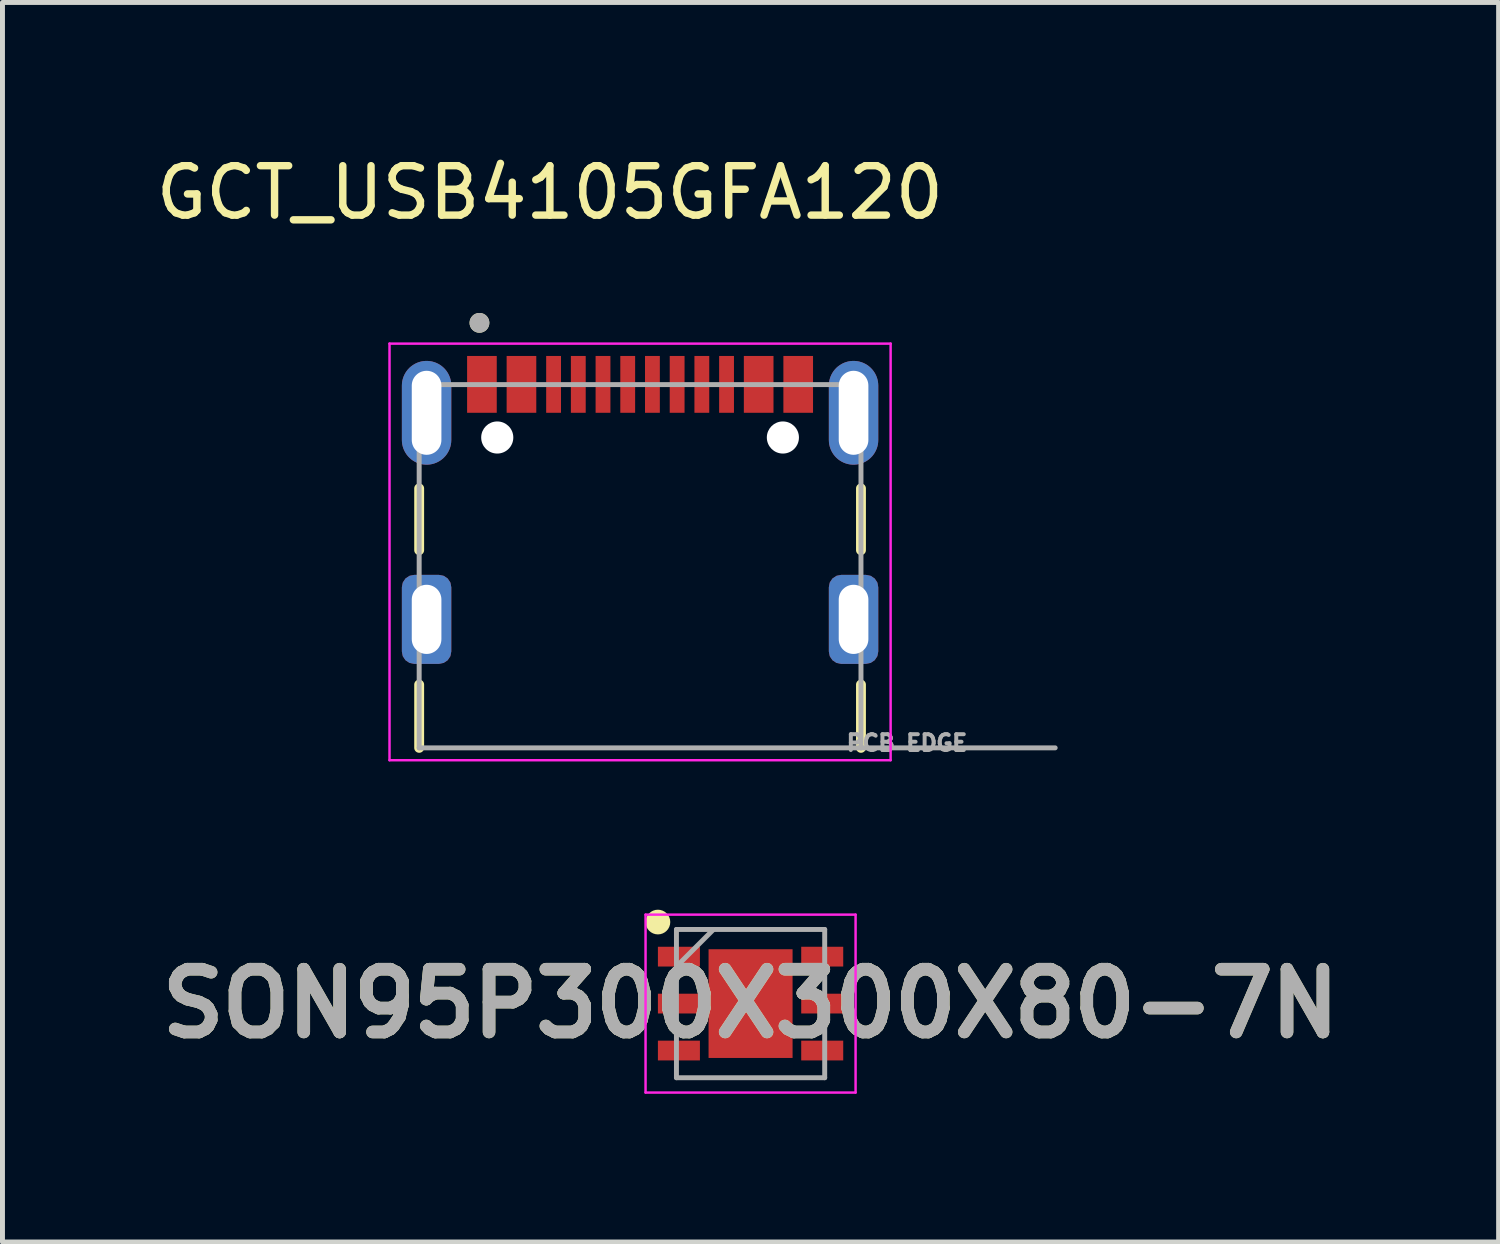
<source format=kicad_pcb>
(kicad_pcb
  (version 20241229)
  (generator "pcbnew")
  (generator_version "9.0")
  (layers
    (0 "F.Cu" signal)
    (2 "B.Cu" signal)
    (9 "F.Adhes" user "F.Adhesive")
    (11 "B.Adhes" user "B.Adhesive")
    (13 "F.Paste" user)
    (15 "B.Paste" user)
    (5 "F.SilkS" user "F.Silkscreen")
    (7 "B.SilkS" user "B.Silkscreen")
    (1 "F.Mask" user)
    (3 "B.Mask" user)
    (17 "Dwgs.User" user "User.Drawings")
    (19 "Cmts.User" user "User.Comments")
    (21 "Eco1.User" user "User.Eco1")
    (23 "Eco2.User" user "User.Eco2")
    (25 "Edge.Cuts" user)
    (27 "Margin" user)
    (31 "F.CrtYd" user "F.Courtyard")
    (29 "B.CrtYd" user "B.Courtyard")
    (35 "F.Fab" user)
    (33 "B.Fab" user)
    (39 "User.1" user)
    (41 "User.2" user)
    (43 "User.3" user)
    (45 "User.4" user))
  (footprint "GCT_USB4105GFA120"
    (layer "F.Cu")
    (at 9.902 9.483)
    (property "Reference" "GCT_USB4105GFA120" (at -1.825 -8.635 0) (layer "F.SilkS") (effects (font (size 1 1) (thickness 0.15))))
    (attr smd)
    (fp_line (start -4.47 -2.65) (end -4.47 -1.4) (stroke (width 0.2) (type solid)) (layer "F.SilkS"))
    (fp_line (start -4.47 1.32) (end -4.47 2.6) (stroke (width 0.2) (type solid)) (layer "F.SilkS"))
    (fp_line (start 4.47 -2.65) (end 4.47 -1.4) (stroke (width 0.2) (type solid)) (layer "F.SilkS"))
    (fp_line (start 4.47 2.6) (end 4.47 1.32) (stroke (width 0.2) (type solid)) (layer "F.SilkS"))
    (fp_circle (center -3.25 -6) (end -3.15 -6) (stroke (width 0.2) (type solid)) (fill no) (layer "F.SilkS"))
    (fp_line (start -5.07 -5.58) (end -5.07 2.85) (stroke (width 0.05) (type solid)) (layer "F.CrtYd"))
    (fp_line (start -5.07 2.85) (end 5.07 2.85) (stroke (width 0.05) (type solid)) (layer "F.CrtYd"))
    (fp_line (start 5.07 -5.58) (end -5.07 -5.58) (stroke (width 0.05) (type solid)) (layer "F.CrtYd"))
    (fp_line (start 5.07 2.85) (end 5.07 -5.58) (stroke (width 0.05) (type solid)) (layer "F.CrtYd"))
    (fp_line (start -4.47 -4.75) (end 4.47 -4.75) (stroke (width 0.1) (type solid)) (layer "F.Fab"))
    (fp_line (start -4.47 2.6) (end -4.47 -4.75) (stroke (width 0.1) (type solid)) (layer "F.Fab"))
    (fp_line (start 4.47 -4.75) (end 4.47 2.6) (stroke (width 0.1) (type solid)) (layer "F.Fab"))
    (fp_line (start 4.47 2.6) (end -4.47 2.6) (stroke (width 0.1) (type solid)) (layer "F.Fab"))
    (fp_line (start 4.47 2.6) (end 8.4 2.6) (stroke (width 0.1) (type solid)) (layer "F.Fab"))
    (fp_circle (center -3.25 -6) (end -3.15 -6) (stroke (width 0.2) (type solid)) (fill no) (layer "F.Fab"))
    (fp_text user "PCB EDGE" (at 5.4 2.5 0) (layer "F.Fab") (effects (font (size 0.32 0.32) (thickness 0.15))))
    (pad "" np_thru_hole circle (at -2.89 -3.68) (size 0.65 0.65) (drill 0.65) (layers "*.Cu" "*.Mask"))
    (pad "" np_thru_hole circle (at 2.89 -3.68) (size 0.65 0.65) (drill 0.65) (layers "*.Cu" "*.Mask"))
    (pad "A1_B12" smd rect (at -3.2 -4.755) (size 0.6 1.15) (layers "F.Cu" "F.Mask" "F.Paste"))
    (pad "A4_B9" smd rect (at -2.4 -4.755) (size 0.6 1.15) (layers "F.Cu" "F.Mask" "F.Paste"))
    (pad "A5" smd rect (at -1.25 -4.755) (size 0.3 1.15) (layers "F.Cu" "F.Mask" "F.Paste"))
    (pad "A6" smd rect (at -0.25 -4.755) (size 0.3 1.15) (layers "F.Cu" "F.Mask" "F.Paste"))
    (pad "A7" smd rect (at 0.25 -4.755) (size 0.3 1.15) (layers "F.Cu" "F.Mask" "F.Paste"))
    (pad "A8" smd rect (at 1.25 -4.755) (size 0.3 1.15) (layers "F.Cu" "F.Mask" "F.Paste"))
    (pad "B1_A12" smd rect (at 3.2 -4.755) (size 0.6 1.15) (layers "F.Cu" "F.Mask" "F.Paste"))
    (pad "B4_A9" smd rect (at 2.4 -4.755) (size 0.6 1.15) (layers "F.Cu" "F.Mask" "F.Paste"))
    (pad "B5" smd rect (at 1.75 -4.755) (size 0.3 1.15) (layers "F.Cu" "F.Mask" "F.Paste"))
    (pad "B6" smd rect (at 0.75 -4.755) (size 0.3 1.15) (layers "F.Cu" "F.Mask" "F.Paste"))
    (pad "B7" smd rect (at -0.75 -4.755) (size 0.3 1.15) (layers "F.Cu" "F.Mask" "F.Paste"))
    (pad "B8" smd rect (at -1.75 -4.755) (size 0.3 1.15) (layers "F.Cu" "F.Mask" "F.Paste"))
    (pad "SH1" thru_hole oval (at -4.32 -4.18) (size 1 2.1) (drill oval 0.6 1.7) (layers "*.Cu" "*.Mask"))
    (pad "SH2" thru_hole oval (at 4.32 -4.18) (size 1 2.1) (drill oval 0.6 1.7) (layers "*.Cu" "*.Mask"))
    (pad "SH3" thru_hole roundrect (at -4.32 0) (size 1 1.8) (drill oval 0.6 1.4) (layers "*.Cu" "*.Mask") (roundrect_rratio 0.25))
    (pad "SH4" thru_hole roundrect (at 4.32 0) (size 1 1.8) (drill oval 0.6 1.4) (layers "*.Cu" "*.Mask") (roundrect_rratio 0.25)))
  (footprint "SON95P300X300X80-7N"
    (layer "F.Cu")
    (at 12.138 17.258)
    (property "Reference" "SON95P300X300X80-7N" (at 0 0 0) (layer "F.SilkS") (effects (font (size 1.27 1.27) (thickness 0.254))))
    (attr smd)
    (fp_circle (center -1.875 -1.65) (end -1.875 -1.525) (stroke (width 0.25) (type solid)) (fill no) (layer "F.SilkS"))
    (fp_line (start -2.125 -1.8) (end 2.125 -1.8) (stroke (width 0.05) (type solid)) (layer "F.CrtYd"))
    (fp_line (start -2.125 1.8) (end -2.125 -1.8) (stroke (width 0.05) (type solid)) (layer "F.CrtYd"))
    (fp_line (start 2.125 -1.8) (end 2.125 1.8) (stroke (width 0.05) (type solid)) (layer "F.CrtYd"))
    (fp_line (start 2.125 1.8) (end -2.125 1.8) (stroke (width 0.05) (type solid)) (layer "F.CrtYd"))
    (fp_line (start -1.5 -1.5) (end 1.5 -1.5) (stroke (width 0.1) (type solid)) (layer "F.Fab"))
    (fp_line (start -1.5 -0.75) (end -0.75 -1.5) (stroke (width 0.1) (type solid)) (layer "F.Fab"))
    (fp_line (start -1.5 1.5) (end -1.5 -1.5) (stroke (width 0.1) (type solid)) (layer "F.Fab"))
    (fp_line (start 1.5 -1.5) (end 1.5 1.5) (stroke (width 0.1) (type solid)) (layer "F.Fab"))
    (fp_line (start 1.5 1.5) (end -1.5 1.5) (stroke (width 0.1) (type solid)) (layer "F.Fab"))
    (fp_text user "${REFERENCE}" (at 0 0 0) (layer "F.Fab") (effects (font (size 1.27 1.27) (thickness 0.254))))
    (pad "1" smd rect (at -1.45 -0.95 90) (size 0.4 0.85) (layers "F.Cu" "F.Mask" "F.Paste"))
    (pad "2" smd rect (at -1.45 0 90) (size 0.4 0.85) (layers "F.Cu" "F.Mask" "F.Paste"))
    (pad "3" smd rect (at -1.45 0.95 90) (size 0.4 0.85) (layers "F.Cu" "F.Mask" "F.Paste"))
    (pad "4" smd rect (at 1.45 0.95 90) (size 0.4 0.85) (layers "F.Cu" "F.Mask" "F.Paste"))
    (pad "5" smd rect (at 1.45 0 90) (size 0.4 0.85) (layers "F.Cu" "F.Mask" "F.Paste"))
    (pad "6" smd rect (at 1.45 -0.95 90) (size 0.4 0.85) (layers "F.Cu" "F.Mask" "F.Paste"))
    (pad "7" smd rect (at 0 0) (size 1.7 2.2) (layers "F.Cu" "F.Mask" "F.Paste")))
  (gr_rect
    (start -3 -3)
    (end 27.275 22.083)
    (stroke (width 0.1) (type default))
    (fill no)
    (layer "Edge.Cuts")))
</source>
